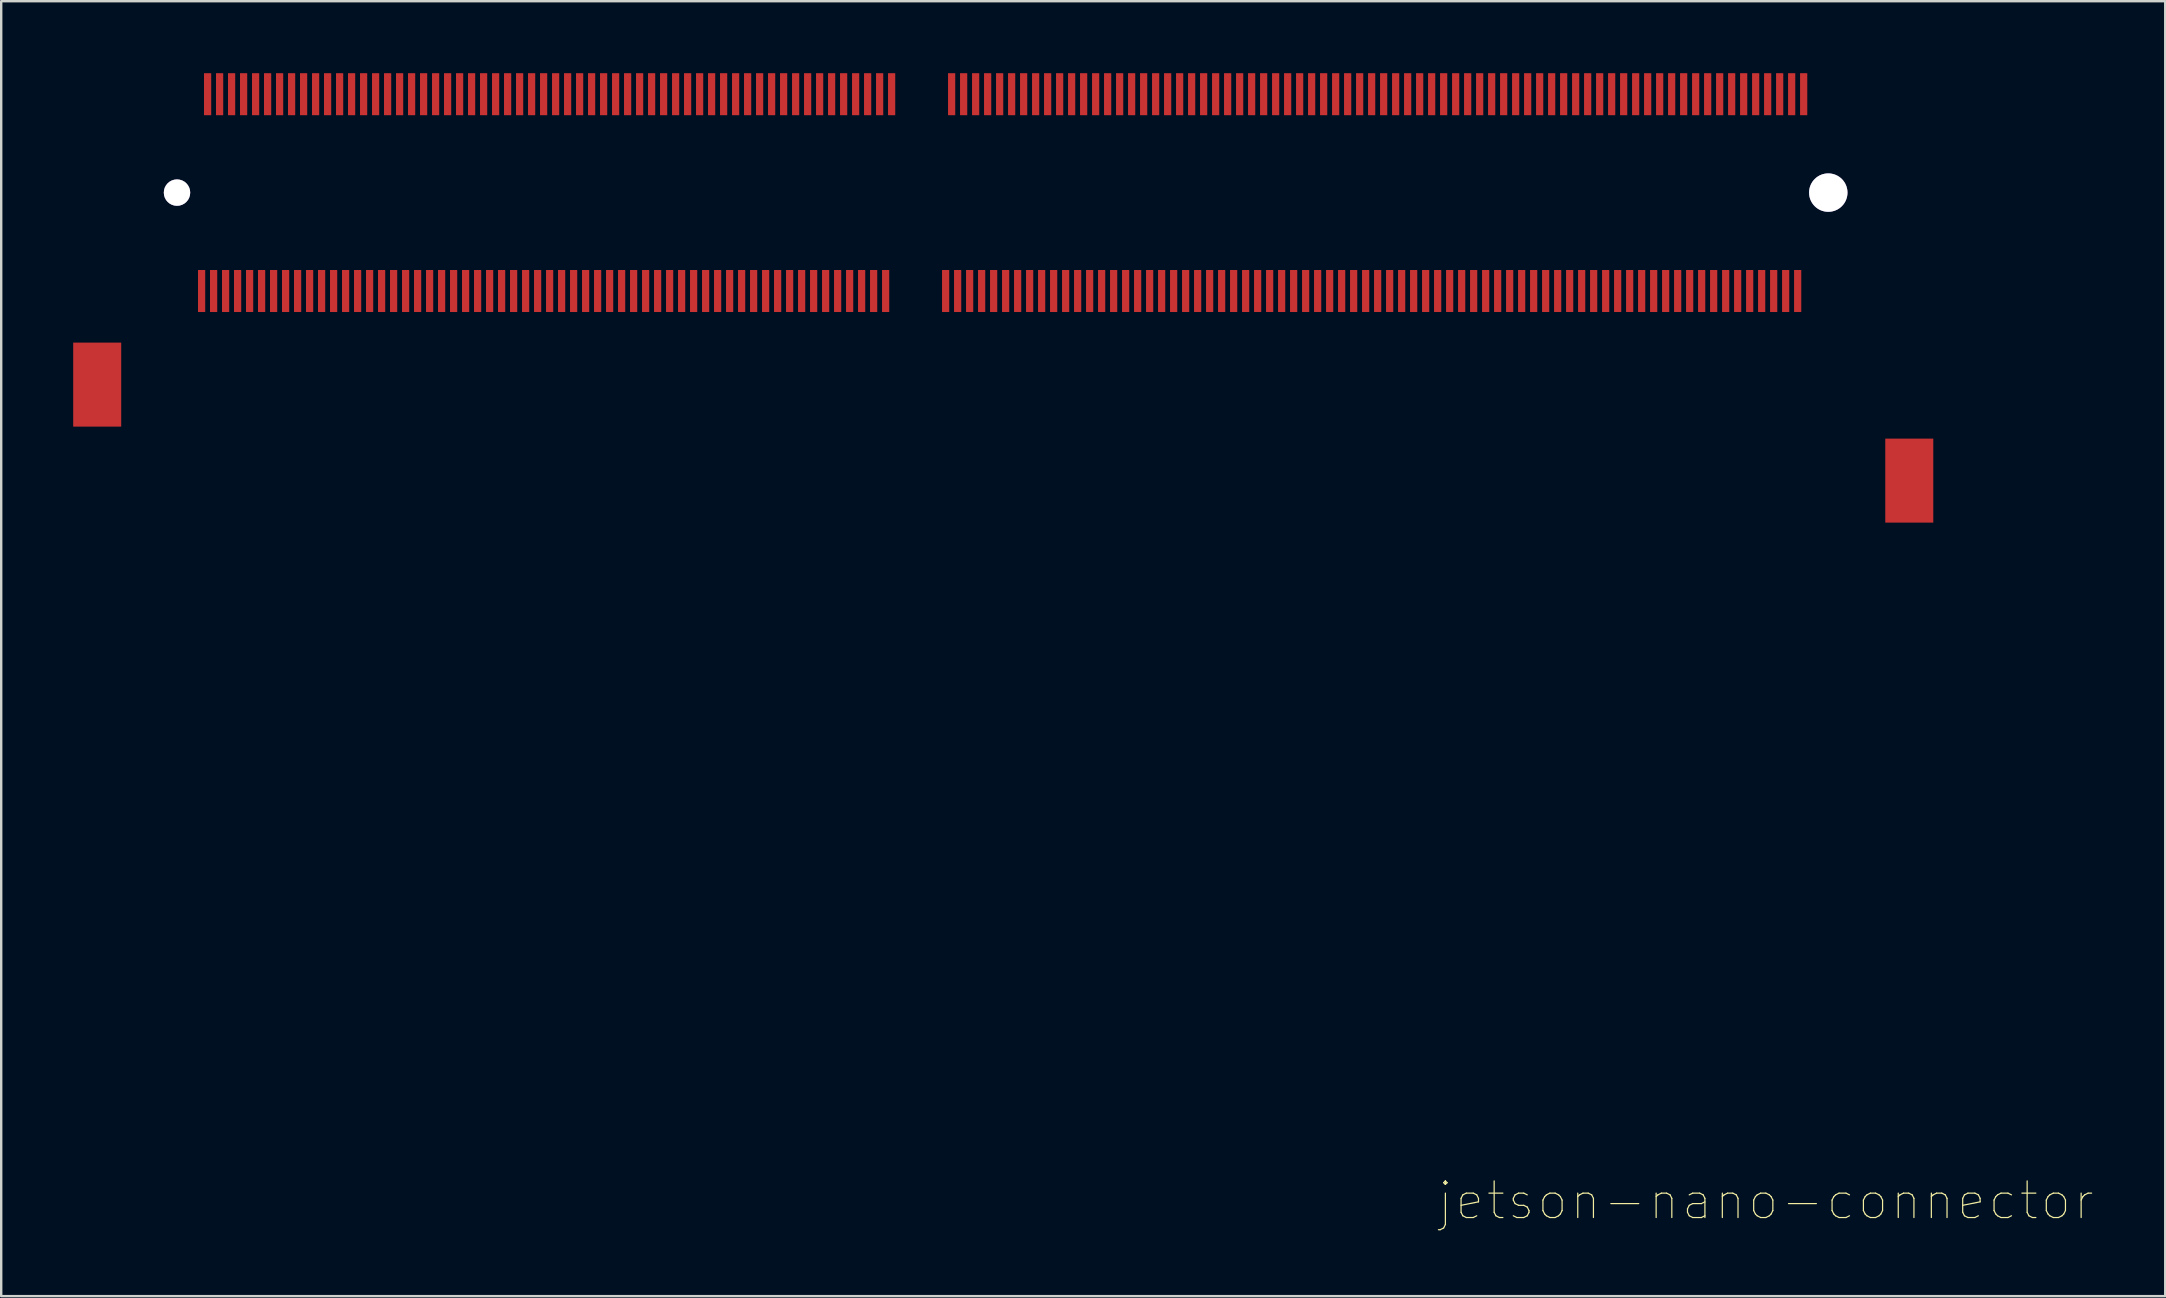
<source format=kicad_pcb>
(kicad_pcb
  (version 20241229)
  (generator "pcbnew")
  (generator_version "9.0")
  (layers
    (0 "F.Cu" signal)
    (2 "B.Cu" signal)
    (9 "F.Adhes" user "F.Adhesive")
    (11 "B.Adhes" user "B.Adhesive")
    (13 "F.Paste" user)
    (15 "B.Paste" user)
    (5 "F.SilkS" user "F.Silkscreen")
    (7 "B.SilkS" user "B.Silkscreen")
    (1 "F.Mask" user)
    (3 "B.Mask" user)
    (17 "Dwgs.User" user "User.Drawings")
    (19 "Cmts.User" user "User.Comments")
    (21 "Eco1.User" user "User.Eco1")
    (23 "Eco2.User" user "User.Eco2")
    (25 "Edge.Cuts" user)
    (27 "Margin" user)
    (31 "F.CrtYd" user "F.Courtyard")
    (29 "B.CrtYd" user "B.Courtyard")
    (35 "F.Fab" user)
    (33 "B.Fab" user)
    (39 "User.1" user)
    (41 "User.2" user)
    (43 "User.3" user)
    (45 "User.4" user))
  (footprint "jetson-nano-connector"
    (layer "F.Cu")
    (at 70.525 46.975)
    (property "Reference" "jetson-nano-connector" (at 0 0 0) (layer "F.SilkS") (effects (font (size 1.524 1.524) (thickness 0.05))))
    (attr smd)
    (pad "" thru_hole circle (at -66.2 -42 180) (size 1.1 1.1) (drill 1.1) (layers "*.Cu" "*.Mask"))
    (pad "1" smd rect (at 1.575 -46.1 180) (size 0.3 1.75) (layers "F.Cu" "F.Mask" "F.Paste"))
    (pad "2" smd rect (at 1.325 -37.9 180) (size 0.3 1.75) (layers "F.Cu" "F.Mask" "F.Paste"))
    (pad "3" smd rect (at 1.075 -46.1 180) (size 0.3 1.75) (layers "F.Cu" "F.Mask" "F.Paste"))
    (pad "4" smd rect (at 0.825 -37.9 180) (size 0.3 1.75) (layers "F.Cu" "F.Mask" "F.Paste"))
    (pad "5" smd rect (at 0.575 -46.1 180) (size 0.3 1.75) (layers "F.Cu" "F.Mask" "F.Paste"))
    (pad "6" smd rect (at 0.325 -37.9 180) (size 0.3 1.75) (layers "F.Cu" "F.Mask" "F.Paste"))
    (pad "7" smd rect (at 0.075 -46.1 180) (size 0.3 1.75) (layers "F.Cu" "F.Mask" "F.Paste"))
    (pad "8" smd rect (at -0.175 -37.9 180) (size 0.3 1.75) (layers "F.Cu" "F.Mask" "F.Paste"))
    (pad "9" smd rect (at -0.425 -46.1 180) (size 0.3 1.75) (layers "F.Cu" "F.Mask" "F.Paste"))
    (pad "10" smd rect (at -0.675 -37.9 180) (size 0.3 1.75) (layers "F.Cu" "F.Mask" "F.Paste"))
    (pad "11" smd rect (at -0.925 -46.1 180) (size 0.3 1.75) (layers "F.Cu" "F.Mask" "F.Paste"))
    (pad "12" smd rect (at -1.175 -37.9 180) (size 0.3 1.75) (layers "F.Cu" "F.Mask" "F.Paste"))
    (pad "13" smd rect (at -1.425 -46.1 180) (size 0.3 1.75) (layers "F.Cu" "F.Mask" "F.Paste"))
    (pad "14" smd rect (at -1.675 -37.9 180) (size 0.3 1.75) (layers "F.Cu" "F.Mask" "F.Paste"))
    (pad "15" smd rect (at -1.925 -46.1 180) (size 0.3 1.75) (layers "F.Cu" "F.Mask" "F.Paste"))
    (pad "16" smd rect (at -2.175 -37.9 180) (size 0.3 1.75) (layers "F.Cu" "F.Mask" "F.Paste"))
    (pad "17" smd rect (at -2.425 -46.1 180) (size 0.3 1.75) (layers "F.Cu" "F.Mask" "F.Paste"))
    (pad "18" smd rect (at -2.675 -37.9 180) (size 0.3 1.75) (layers "F.Cu" "F.Mask" "F.Paste"))
    (pad "19" smd rect (at -2.925 -46.1 180) (size 0.3 1.75) (layers "F.Cu" "F.Mask" "F.Paste"))
    (pad "20" smd rect (at -3.175 -37.9 180) (size 0.3 1.75) (layers "F.Cu" "F.Mask" "F.Paste"))
    (pad "21" smd rect (at -3.425 -46.1 180) (size 0.3 1.75) (layers "F.Cu" "F.Mask" "F.Paste"))
    (pad "22" smd rect (at -3.675 -37.9 180) (size 0.3 1.75) (layers "F.Cu" "F.Mask" "F.Paste"))
    (pad "23" smd rect (at -3.925 -46.1 180) (size 0.3 1.75) (layers "F.Cu" "F.Mask" "F.Paste"))
    (pad "24" smd rect (at -4.175 -37.9 180) (size 0.3 1.75) (layers "F.Cu" "F.Mask" "F.Paste"))
    (pad "25" smd rect (at -4.425 -46.1 180) (size 0.3 1.75) (layers "F.Cu" "F.Mask" "F.Paste"))
    (pad "26" smd rect (at -4.675 -37.9 180) (size 0.3 1.75) (layers "F.Cu" "F.Mask" "F.Paste"))
    (pad "27" smd rect (at -4.925 -46.1 180) (size 0.3 1.75) (layers "F.Cu" "F.Mask" "F.Paste"))
    (pad "28" smd rect (at -5.175 -37.9 180) (size 0.3 1.75) (layers "F.Cu" "F.Mask" "F.Paste"))
    (pad "29" smd rect (at -5.425 -46.1 180) (size 0.3 1.75) (layers "F.Cu" "F.Mask" "F.Paste"))
    (pad "30" smd rect (at -5.675 -37.9 180) (size 0.3 1.75) (layers "F.Cu" "F.Mask" "F.Paste"))
    (pad "31" smd rect (at -5.925 -46.1 180) (size 0.3 1.75) (layers "F.Cu" "F.Mask" "F.Paste"))
    (pad "32" smd rect (at -6.175 -37.9 180) (size 0.3 1.75) (layers "F.Cu" "F.Mask" "F.Paste"))
    (pad "33" smd rect (at -6.425 -46.1 180) (size 0.3 1.75) (layers "F.Cu" "F.Mask" "F.Paste"))
    (pad "34" smd rect (at -6.675 -37.9 180) (size 0.3 1.75) (layers "F.Cu" "F.Mask" "F.Paste"))
    (pad "35" smd rect (at -6.925 -46.1 180) (size 0.3 1.75) (layers "F.Cu" "F.Mask" "F.Paste"))
    (pad "36" smd rect (at -7.175 -37.9 180) (size 0.3 1.75) (layers "F.Cu" "F.Mask" "F.Paste"))
    (pad "37" smd rect (at -7.425 -46.1 180) (size 0.3 1.75) (layers "F.Cu" "F.Mask" "F.Paste"))
    (pad "38" smd rect (at -7.675 -37.9 180) (size 0.3 1.75) (layers "F.Cu" "F.Mask" "F.Paste"))
    (pad "39" smd rect (at -7.925 -46.1 180) (size 0.3 1.75) (layers "F.Cu" "F.Mask" "F.Paste"))
    (pad "40" smd rect (at -8.175 -37.9 180) (size 0.3 1.75) (layers "F.Cu" "F.Mask" "F.Paste"))
    (pad "41" smd rect (at -8.425 -46.1 180) (size 0.3 1.75) (layers "F.Cu" "F.Mask" "F.Paste"))
    (pad "42" smd rect (at -8.675 -37.9 180) (size 0.3 1.75) (layers "F.Cu" "F.Mask" "F.Paste"))
    (pad "43" smd rect (at -8.925 -46.1 180) (size 0.3 1.75) (layers "F.Cu" "F.Mask" "F.Paste"))
    (pad "44" smd rect (at -9.175 -37.9 180) (size 0.3 1.75) (layers "F.Cu" "F.Mask" "F.Paste"))
    (pad "45" smd rect (at -9.425 -46.1 180) (size 0.3 1.75) (layers "F.Cu" "F.Mask" "F.Paste"))
    (pad "46" smd rect (at -9.675 -37.9 180) (size 0.3 1.75) (layers "F.Cu" "F.Mask" "F.Paste"))
    (pad "47" smd rect (at -9.925 -46.1 180) (size 0.3 1.75) (layers "F.Cu" "F.Mask" "F.Paste"))
    (pad "48" smd rect (at -10.175 -37.9 180) (size 0.3 1.75) (layers "F.Cu" "F.Mask" "F.Paste"))
    (pad "49" smd rect (at -10.425 -46.1 180) (size 0.3 1.75) (layers "F.Cu" "F.Mask" "F.Paste"))
    (pad "50" smd rect (at -10.675 -37.9 180) (size 0.3 1.75) (layers "F.Cu" "F.Mask" "F.Paste"))
    (pad "51" smd rect (at -10.925 -46.1 180) (size 0.3 1.75) (layers "F.Cu" "F.Mask" "F.Paste"))
    (pad "52" smd rect (at -11.175 -37.9 180) (size 0.3 1.75) (layers "F.Cu" "F.Mask" "F.Paste"))
    (pad "53" smd rect (at -11.425 -46.1 180) (size 0.3 1.75) (layers "F.Cu" "F.Mask" "F.Paste"))
    (pad "54" smd rect (at -11.675 -37.9 180) (size 0.3 1.75) (layers "F.Cu" "F.Mask" "F.Paste"))
    (pad "55" smd rect (at -11.925 -46.1 180) (size 0.3 1.75) (layers "F.Cu" "F.Mask" "F.Paste"))
    (pad "56" smd rect (at -12.175 -37.9 180) (size 0.3 1.75) (layers "F.Cu" "F.Mask" "F.Paste"))
    (pad "57" smd rect (at -12.425 -46.1 180) (size 0.3 1.75) (layers "F.Cu" "F.Mask" "F.Paste"))
    (pad "58" smd rect (at -12.675 -37.9 180) (size 0.3 1.75) (layers "F.Cu" "F.Mask" "F.Paste"))
    (pad "59" smd rect (at -12.925 -46.1 180) (size 0.3 1.75) (layers "F.Cu" "F.Mask" "F.Paste"))
    (pad "60" smd rect (at -13.175 -37.9 180) (size 0.3 1.75) (layers "F.Cu" "F.Mask" "F.Paste"))
    (pad "61" smd rect (at -13.425 -46.1 180) (size 0.3 1.75) (layers "F.Cu" "F.Mask" "F.Paste"))
    (pad "62" smd rect (at -13.675 -37.9 180) (size 0.3 1.75) (layers "F.Cu" "F.Mask" "F.Paste"))
    (pad "63" smd rect (at -13.925 -46.1 180) (size 0.3 1.75) (layers "F.Cu" "F.Mask" "F.Paste"))
    (pad "64" smd rect (at -14.175 -37.9 180) (size 0.3 1.75) (layers "F.Cu" "F.Mask" "F.Paste"))
    (pad "65" smd rect (at -14.425 -46.1 180) (size 0.3 1.75) (layers "F.Cu" "F.Mask" "F.Paste"))
    (pad "66" smd rect (at -14.675 -37.9 180) (size 0.3 1.75) (layers "F.Cu" "F.Mask" "F.Paste"))
    (pad "67" smd rect (at -14.925 -46.1 180) (size 0.3 1.75) (layers "F.Cu" "F.Mask" "F.Paste"))
    (pad "68" smd rect (at -15.175 -37.9 180) (size 0.3 1.75) (layers "F.Cu" "F.Mask" "F.Paste"))
    (pad "69" smd rect (at -15.425 -46.1 180) (size 0.3 1.75) (layers "F.Cu" "F.Mask" "F.Paste"))
    (pad "70" smd rect (at -15.675 -37.9 180) (size 0.3 1.75) (layers "F.Cu" "F.Mask" "F.Paste"))
    (pad "71" smd rect (at -15.925 -46.1 180) (size 0.3 1.75) (layers "F.Cu" "F.Mask" "F.Paste"))
    (pad "72" smd rect (at -16.175 -37.9 180) (size 0.3 1.75) (layers "F.Cu" "F.Mask" "F.Paste"))
    (pad "73" smd rect (at -16.425 -46.1 180) (size 0.3 1.75) (layers "F.Cu" "F.Mask" "F.Paste"))
    (pad "74" smd rect (at -16.675 -37.9 180) (size 0.3 1.75) (layers "F.Cu" "F.Mask" "F.Paste"))
    (pad "75" smd rect (at -16.925 -46.1 180) (size 0.3 1.75) (layers "F.Cu" "F.Mask" "F.Paste"))
    (pad "76" smd rect (at -17.175 -37.9 180) (size 0.3 1.75) (layers "F.Cu" "F.Mask" "F.Paste"))
    (pad "77" smd rect (at -17.425 -46.1 180) (size 0.3 1.75) (layers "F.Cu" "F.Mask" "F.Paste"))
    (pad "78" smd rect (at -17.675 -37.9 180) (size 0.3 1.75) (layers "F.Cu" "F.Mask" "F.Paste"))
    (pad "79" smd rect (at -17.925 -46.1 180) (size 0.3 1.75) (layers "F.Cu" "F.Mask" "F.Paste"))
    (pad "80" smd rect (at -18.175 -37.9 180) (size 0.3 1.75) (layers "F.Cu" "F.Mask" "F.Paste"))
    (pad "81" smd rect (at -18.425 -46.1 180) (size 0.3 1.75) (layers "F.Cu" "F.Mask" "F.Paste"))
    (pad "82" smd rect (at -18.675 -37.9 180) (size 0.3 1.75) (layers "F.Cu" "F.Mask" "F.Paste"))
    (pad "83" smd rect (at -18.925 -46.1 180) (size 0.3 1.75) (layers "F.Cu" "F.Mask" "F.Paste"))
    (pad "84" smd rect (at -19.175 -37.9 180) (size 0.3 1.75) (layers "F.Cu" "F.Mask" "F.Paste"))
    (pad "85" smd rect (at -19.425 -46.1 180) (size 0.3 1.75) (layers "F.Cu" "F.Mask" "F.Paste"))
    (pad "86" smd rect (at -19.675 -37.9 180) (size 0.3 1.75) (layers "F.Cu" "F.Mask" "F.Paste"))
    (pad "87" smd rect (at -19.925 -46.1 180) (size 0.3 1.75) (layers "F.Cu" "F.Mask" "F.Paste"))
    (pad "88" smd rect (at -20.175 -37.9 180) (size 0.3 1.75) (layers "F.Cu" "F.Mask" "F.Paste"))
    (pad "89" smd rect (at -20.425 -46.1 180) (size 0.3 1.75) (layers "F.Cu" "F.Mask" "F.Paste"))
    (pad "90" smd rect (at -20.675 -37.9 180) (size 0.3 1.75) (layers "F.Cu" "F.Mask" "F.Paste"))
    (pad "91" smd rect (at -20.925 -46.1 180) (size 0.3 1.75) (layers "F.Cu" "F.Mask" "F.Paste"))
    (pad "92" smd rect (at -21.175 -37.9 180) (size 0.3 1.75) (layers "F.Cu" "F.Mask" "F.Paste"))
    (pad "93" smd rect (at -21.425 -46.1 180) (size 0.3 1.75) (layers "F.Cu" "F.Mask" "F.Paste"))
    (pad "94" smd rect (at -21.675 -37.9 180) (size 0.3 1.75) (layers "F.Cu" "F.Mask" "F.Paste"))
    (pad "95" smd rect (at -21.925 -46.1 180) (size 0.3 1.75) (layers "F.Cu" "F.Mask" "F.Paste"))
    (pad "96" smd rect (at -22.175 -37.9 180) (size 0.3 1.75) (layers "F.Cu" "F.Mask" "F.Paste"))
    (pad "97" smd rect (at -22.425 -46.1 180) (size 0.3 1.75) (layers "F.Cu" "F.Mask" "F.Paste"))
    (pad "98" smd rect (at -22.675 -37.9 180) (size 0.3 1.75) (layers "F.Cu" "F.Mask" "F.Paste"))
    (pad "99" smd rect (at -22.925 -46.1 180) (size 0.3 1.75) (layers "F.Cu" "F.Mask" "F.Paste"))
    (pad "100" smd rect (at -23.175 -37.9 180) (size 0.3 1.75) (layers "F.Cu" "F.Mask" "F.Paste"))
    (pad "101" smd rect (at -23.425 -46.1 180) (size 0.3 1.75) (layers "F.Cu" "F.Mask" "F.Paste"))
    (pad "102" smd rect (at -23.675 -37.9 180) (size 0.3 1.75) (layers "F.Cu" "F.Mask" "F.Paste"))
    (pad "103" smd rect (at -23.925 -46.1 180) (size 0.3 1.75) (layers "F.Cu" "F.Mask" "F.Paste"))
    (pad "104" smd rect (at -24.175 -37.9 180) (size 0.3 1.75) (layers "F.Cu" "F.Mask" "F.Paste"))
    (pad "105" smd rect (at -24.425 -46.1 180) (size 0.3 1.75) (layers "F.Cu" "F.Mask" "F.Paste"))
    (pad "106" smd rect (at -24.675 -37.9 180) (size 0.3 1.75) (layers "F.Cu" "F.Mask" "F.Paste"))
    (pad "107" smd rect (at -24.925 -46.1 180) (size 0.3 1.75) (layers "F.Cu" "F.Mask" "F.Paste"))
    (pad "108" smd rect (at -25.175 -37.9 180) (size 0.3 1.75) (layers "F.Cu" "F.Mask" "F.Paste"))
    (pad "109" smd rect (at -25.425 -46.1 180) (size 0.3 1.75) (layers "F.Cu" "F.Mask" "F.Paste"))
    (pad "110" smd rect (at -25.675 -37.9 180) (size 0.3 1.75) (layers "F.Cu" "F.Mask" "F.Paste"))
    (pad "111" smd rect (at -25.925 -46.1 180) (size 0.3 1.75) (layers "F.Cu" "F.Mask" "F.Paste"))
    (pad "112" smd rect (at -26.175 -37.9 180) (size 0.3 1.75) (layers "F.Cu" "F.Mask" "F.Paste"))
    (pad "113" smd rect (at -26.425 -46.1 180) (size 0.3 1.75) (layers "F.Cu" "F.Mask" "F.Paste"))
    (pad "114" smd rect (at -26.675 -37.9 180) (size 0.3 1.75) (layers "F.Cu" "F.Mask" "F.Paste"))
    (pad "115" smd rect (at -26.925 -46.1 180) (size 0.3 1.75) (layers "F.Cu" "F.Mask" "F.Paste"))
    (pad "116" smd rect (at -27.175 -37.9 180) (size 0.3 1.75) (layers "F.Cu" "F.Mask" "F.Paste"))
    (pad "117" smd rect (at -27.425 -46.1 180) (size 0.3 1.75) (layers "F.Cu" "F.Mask" "F.Paste"))
    (pad "118" smd rect (at -27.675 -37.9 180) (size 0.3 1.75) (layers "F.Cu" "F.Mask" "F.Paste"))
    (pad "119" smd rect (at -27.925 -46.1 180) (size 0.3 1.75) (layers "F.Cu" "F.Mask" "F.Paste"))
    (pad "120" smd rect (at -28.175 -37.9 180) (size 0.3 1.75) (layers "F.Cu" "F.Mask" "F.Paste"))
    (pad "121" smd rect (at -28.425 -46.1 180) (size 0.3 1.75) (layers "F.Cu" "F.Mask" "F.Paste"))
    (pad "122" smd rect (at -28.675 -37.9 180) (size 0.3 1.75) (layers "F.Cu" "F.Mask" "F.Paste"))
    (pad "123" smd rect (at -28.925 -46.1 180) (size 0.3 1.75) (layers "F.Cu" "F.Mask" "F.Paste"))
    (pad "124" smd rect (at -29.175 -37.9 180) (size 0.3 1.75) (layers "F.Cu" "F.Mask" "F.Paste"))
    (pad "125" smd rect (at -29.425 -46.1 180) (size 0.3 1.75) (layers "F.Cu" "F.Mask" "F.Paste"))
    (pad "126" smd rect (at -29.675 -37.9 180) (size 0.3 1.75) (layers "F.Cu" "F.Mask" "F.Paste"))
    (pad "127" smd rect (at -29.925 -46.1 180) (size 0.3 1.75) (layers "F.Cu" "F.Mask" "F.Paste"))
    (pad "128" smd rect (at -30.175 -37.9 180) (size 0.3 1.75) (layers "F.Cu" "F.Mask" "F.Paste"))
    (pad "129" smd rect (at -30.425 -46.1 180) (size 0.3 1.75) (layers "F.Cu" "F.Mask" "F.Paste"))
    (pad "130" smd rect (at -30.675 -37.9 180) (size 0.3 1.75) (layers "F.Cu" "F.Mask" "F.Paste"))
    (pad "131" smd rect (at -30.925 -46.1 180) (size 0.3 1.75) (layers "F.Cu" "F.Mask" "F.Paste"))
    (pad "132" smd rect (at -31.175 -37.9 180) (size 0.3 1.75) (layers "F.Cu" "F.Mask" "F.Paste"))
    (pad "133" smd rect (at -31.425 -46.1 180) (size 0.3 1.75) (layers "F.Cu" "F.Mask" "F.Paste"))
    (pad "134" smd rect (at -31.675 -37.9 180) (size 0.3 1.75) (layers "F.Cu" "F.Mask" "F.Paste"))
    (pad "135" smd rect (at -31.925 -46.1 180) (size 0.3 1.75) (layers "F.Cu" "F.Mask" "F.Paste"))
    (pad "136" smd rect (at -32.175 -37.9 180) (size 0.3 1.75) (layers "F.Cu" "F.Mask" "F.Paste"))
    (pad "137" smd rect (at -32.425 -46.1 180) (size 0.3 1.75) (layers "F.Cu" "F.Mask" "F.Paste"))
    (pad "138" smd rect (at -32.675 -37.9 180) (size 0.3 1.75) (layers "F.Cu" "F.Mask" "F.Paste"))
    (pad "139" smd rect (at -32.925 -46.1 180) (size 0.3 1.75) (layers "F.Cu" "F.Mask" "F.Paste"))
    (pad "140" smd rect (at -33.175 -37.9 180) (size 0.3 1.75) (layers "F.Cu" "F.Mask" "F.Paste"))
    (pad "141" smd rect (at -33.425 -46.1 180) (size 0.3 1.75) (layers "F.Cu" "F.Mask" "F.Paste"))
    (pad "142" smd rect (at -33.675 -37.9 180) (size 0.3 1.75) (layers "F.Cu" "F.Mask" "F.Paste"))
    (pad "143" smd rect (at -33.925 -46.1 180) (size 0.3 1.75) (layers "F.Cu" "F.Mask" "F.Paste"))
    (pad "144" smd rect (at -34.175 -37.9 180) (size 0.3 1.75) (layers "F.Cu" "F.Mask" "F.Paste"))
    (pad "145" smd rect (at -36.425 -46.1 180) (size 0.3 1.75) (layers "F.Cu" "F.Mask" "F.Paste"))
    (pad "146" smd rect (at -36.675 -37.9 180) (size 0.3 1.75) (layers "F.Cu" "F.Mask" "F.Paste"))
    (pad "147" smd rect (at -36.925 -46.1 180) (size 0.3 1.75) (layers "F.Cu" "F.Mask" "F.Paste"))
    (pad "148" smd rect (at -37.175 -37.9 180) (size 0.3 1.75) (layers "F.Cu" "F.Mask" "F.Paste"))
    (pad "149" smd rect (at -37.425 -46.1 180) (size 0.3 1.75) (layers "F.Cu" "F.Mask" "F.Paste"))
    (pad "150" smd rect (at -37.675 -37.9 180) (size 0.3 1.75) (layers "F.Cu" "F.Mask" "F.Paste"))
    (pad "151" smd rect (at -37.925 -46.1 180) (size 0.3 1.75) (layers "F.Cu" "F.Mask" "F.Paste"))
    (pad "152" smd rect (at -38.175 -37.9 180) (size 0.3 1.75) (layers "F.Cu" "F.Mask" "F.Paste"))
    (pad "153" smd rect (at -38.425 -46.1 180) (size 0.3 1.75) (layers "F.Cu" "F.Mask" "F.Paste"))
    (pad "154" smd rect (at -38.675 -37.9 180) (size 0.3 1.75) (layers "F.Cu" "F.Mask" "F.Paste"))
    (pad "155" smd rect (at -38.925 -46.1 180) (size 0.3 1.75) (layers "F.Cu" "F.Mask" "F.Paste"))
    (pad "156" smd rect (at -39.175 -37.9 180) (size 0.3 1.75) (layers "F.Cu" "F.Mask" "F.Paste"))
    (pad "157" smd rect (at -39.425 -46.1 180) (size 0.3 1.75) (layers "F.Cu" "F.Mask" "F.Paste"))
    (pad "158" smd rect (at -39.675 -37.9 180) (size 0.3 1.75) (layers "F.Cu" "F.Mask" "F.Paste"))
    (pad "159" smd rect (at -39.925 -46.1 180) (size 0.3 1.75) (layers "F.Cu" "F.Mask" "F.Paste"))
    (pad "160" smd rect (at -40.175 -37.9 180) (size 0.3 1.75) (layers "F.Cu" "F.Mask" "F.Paste"))
    (pad "161" smd rect (at -40.425 -46.1 180) (size 0.3 1.75) (layers "F.Cu" "F.Mask" "F.Paste"))
    (pad "162" smd rect (at -40.675 -37.9 180) (size 0.3 1.75) (layers "F.Cu" "F.Mask" "F.Paste"))
    (pad "163" smd rect (at -40.925 -46.1 180) (size 0.3 1.75) (layers "F.Cu" "F.Mask" "F.Paste"))
    (pad "164" smd rect (at -41.175 -37.9 180) (size 0.3 1.75) (layers "F.Cu" "F.Mask" "F.Paste"))
    (pad "165" smd rect (at -41.425 -46.1 180) (size 0.3 1.75) (layers "F.Cu" "F.Mask" "F.Paste"))
    (pad "166" smd rect (at -41.675 -37.9 180) (size 0.3 1.75) (layers "F.Cu" "F.Mask" "F.Paste"))
    (pad "167" smd rect (at -41.925 -46.1 180) (size 0.3 1.75) (layers "F.Cu" "F.Mask" "F.Paste"))
    (pad "168" smd rect (at -42.175 -37.9 180) (size 0.3 1.75) (layers "F.Cu" "F.Mask" "F.Paste"))
    (pad "169" smd rect (at -42.425 -46.1 180) (size 0.3 1.75) (layers "F.Cu" "F.Mask" "F.Paste"))
    (pad "170" smd rect (at -42.675 -37.9 180) (size 0.3 1.75) (layers "F.Cu" "F.Mask" "F.Paste"))
    (pad "171" smd rect (at -42.925 -46.1 180) (size 0.3 1.75) (layers "F.Cu" "F.Mask" "F.Paste"))
    (pad "172" smd rect (at -43.175 -37.9 180) (size 0.3 1.75) (layers "F.Cu" "F.Mask" "F.Paste"))
    (pad "173" smd rect (at -43.425 -46.1 180) (size 0.3 1.75) (layers "F.Cu" "F.Mask" "F.Paste"))
    (pad "174" smd rect (at -43.675 -37.9 180) (size 0.3 1.75) (layers "F.Cu" "F.Mask" "F.Paste"))
    (pad "175" smd rect (at -43.925 -46.1 180) (size 0.3 1.75) (layers "F.Cu" "F.Mask" "F.Paste"))
    (pad "176" smd rect (at -44.175 -37.9 180) (size 0.3 1.75) (layers "F.Cu" "F.Mask" "F.Paste"))
    (pad "177" smd rect (at -44.425 -46.1 180) (size 0.3 1.75) (layers "F.Cu" "F.Mask" "F.Paste"))
    (pad "178" smd rect (at -44.675 -37.9 180) (size 0.3 1.75) (layers "F.Cu" "F.Mask" "F.Paste"))
    (pad "179" smd rect (at -44.925 -46.1 180) (size 0.3 1.75) (layers "F.Cu" "F.Mask" "F.Paste"))
    (pad "180" smd rect (at -45.175 -37.9 180) (size 0.3 1.75) (layers "F.Cu" "F.Mask" "F.Paste"))
    (pad "181" smd rect (at -45.425 -46.1 180) (size 0.3 1.75) (layers "F.Cu" "F.Mask" "F.Paste"))
    (pad "182" smd rect (at -45.675 -37.9 180) (size 0.3 1.75) (layers "F.Cu" "F.Mask" "F.Paste"))
    (pad "183" smd rect (at -45.925 -46.1 180) (size 0.3 1.75) (layers "F.Cu" "F.Mask" "F.Paste"))
    (pad "184" smd rect (at -46.175 -37.9 180) (size 0.3 1.75) (layers "F.Cu" "F.Mask" "F.Paste"))
    (pad "185" smd rect (at -46.425 -46.1 180) (size 0.3 1.75) (layers "F.Cu" "F.Mask" "F.Paste"))
    (pad "186" smd rect (at -46.675 -37.9 180) (size 0.3 1.75) (layers "F.Cu" "F.Mask" "F.Paste"))
    (pad "187" smd rect (at -46.925 -46.1 180) (size 0.3 1.75) (layers "F.Cu" "F.Mask" "F.Paste"))
    (pad "188" smd rect (at -47.175 -37.9 180) (size 0.3 1.75) (layers "F.Cu" "F.Mask" "F.Paste"))
    (pad "189" smd rect (at -47.425 -46.1 180) (size 0.3 1.75) (layers "F.Cu" "F.Mask" "F.Paste"))
    (pad "190" smd rect (at -47.675 -37.9 180) (size 0.3 1.75) (layers "F.Cu" "F.Mask" "F.Paste"))
    (pad "191" smd rect (at -47.925 -46.1 180) (size 0.3 1.75) (layers "F.Cu" "F.Mask" "F.Paste"))
    (pad "192" smd rect (at -48.175 -37.9 180) (size 0.3 1.75) (layers "F.Cu" "F.Mask" "F.Paste"))
    (pad "193" smd rect (at -48.425 -46.1 180) (size 0.3 1.75) (layers "F.Cu" "F.Mask" "F.Paste"))
    (pad "194" smd rect (at -48.675 -37.9 180) (size 0.3 1.75) (layers "F.Cu" "F.Mask" "F.Paste"))
    (pad "195" smd rect (at -48.925 -46.1 180) (size 0.3 1.75) (layers "F.Cu" "F.Mask" "F.Paste"))
    (pad "196" smd rect (at -49.175 -37.9 180) (size 0.3 1.75) (layers "F.Cu" "F.Mask" "F.Paste"))
    (pad "197" smd rect (at -49.425 -46.1 180) (size 0.3 1.75) (layers "F.Cu" "F.Mask" "F.Paste"))
    (pad "198" smd rect (at -49.675 -37.9 180) (size 0.3 1.75) (layers "F.Cu" "F.Mask" "F.Paste"))
    (pad "199" smd rect (at -49.925 -46.1 180) (size 0.3 1.75) (layers "F.Cu" "F.Mask" "F.Paste"))
    (pad "200" smd rect (at -50.175 -37.9 180) (size 0.3 1.75) (layers "F.Cu" "F.Mask" "F.Paste"))
    (pad "201" smd rect (at -50.425 -46.1 180) (size 0.3 1.75) (layers "F.Cu" "F.Mask" "F.Paste"))
    (pad "202" smd rect (at -50.675 -37.9 180) (size 0.3 1.75) (layers "F.Cu" "F.Mask" "F.Paste"))
    (pad "203" smd rect (at -50.925 -46.1 180) (size 0.3 1.75) (layers "F.Cu" "F.Mask" "F.Paste"))
    (pad "204" smd rect (at -51.175 -37.9 180) (size 0.3 1.75) (layers "F.Cu" "F.Mask" "F.Paste"))
    (pad "205" smd rect (at -51.425 -46.1 180) (size 0.3 1.75) (layers "F.Cu" "F.Mask" "F.Paste"))
    (pad "206" smd rect (at -51.675 -37.9 180) (size 0.3 1.75) (layers "F.Cu" "F.Mask" "F.Paste"))
    (pad "207" smd rect (at -51.925 -46.1 180) (size 0.3 1.75) (layers "F.Cu" "F.Mask" "F.Paste"))
    (pad "208" smd rect (at -52.175 -37.9 180) (size 0.3 1.75) (layers "F.Cu" "F.Mask" "F.Paste"))
    (pad "209" smd rect (at -52.425 -46.1 180) (size 0.3 1.75) (layers "F.Cu" "F.Mask" "F.Paste"))
    (pad "210" smd rect (at -52.675 -37.9 180) (size 0.3 1.75) (layers "F.Cu" "F.Mask" "F.Paste"))
    (pad "211" smd rect (at -52.925 -46.1 180) (size 0.3 1.75) (layers "F.Cu" "F.Mask" "F.Paste"))
    (pad "212" smd rect (at -53.175 -37.9 180) (size 0.3 1.75) (layers "F.Cu" "F.Mask" "F.Paste"))
    (pad "213" smd rect (at -53.425 -46.1 180) (size 0.3 1.75) (layers "F.Cu" "F.Mask" "F.Paste"))
    (pad "214" smd rect (at -53.675 -37.9 180) (size 0.3 1.75) (layers "F.Cu" "F.Mask" "F.Paste"))
    (pad "215" smd rect (at -53.925 -46.1 180) (size 0.3 1.75) (layers "F.Cu" "F.Mask" "F.Paste"))
    (pad "216" smd rect (at -54.175 -37.9 180) (size 0.3 1.75) (layers "F.Cu" "F.Mask" "F.Paste"))
    (pad "217" smd rect (at -54.425 -46.1 180) (size 0.3 1.75) (layers "F.Cu" "F.Mask" "F.Paste"))
    (pad "218" smd rect (at -54.675 -37.9 180) (size 0.3 1.75) (layers "F.Cu" "F.Mask" "F.Paste"))
    (pad "219" smd rect (at -54.925 -46.1 180) (size 0.3 1.75) (layers "F.Cu" "F.Mask" "F.Paste"))
    (pad "220" smd rect (at -55.175 -37.9 180) (size 0.3 1.75) (layers "F.Cu" "F.Mask" "F.Paste"))
    (pad "221" smd rect (at -55.425 -46.1 180) (size 0.3 1.75) (layers "F.Cu" "F.Mask" "F.Paste"))
    (pad "222" smd rect (at -55.675 -37.9 180) (size 0.3 1.75) (layers "F.Cu" "F.Mask" "F.Paste"))
    (pad "223" smd rect (at -55.925 -46.1 180) (size 0.3 1.75) (layers "F.Cu" "F.Mask" "F.Paste"))
    (pad "224" smd rect (at -56.175 -37.9 180) (size 0.3 1.75) (layers "F.Cu" "F.Mask" "F.Paste"))
    (pad "225" smd rect (at -56.425 -46.1 180) (size 0.3 1.75) (layers "F.Cu" "F.Mask" "F.Paste"))
    (pad "226" smd rect (at -56.675 -37.9 180) (size 0.3 1.75) (layers "F.Cu" "F.Mask" "F.Paste"))
    (pad "227" smd rect (at -56.925 -46.1 180) (size 0.3 1.75) (layers "F.Cu" "F.Mask" "F.Paste"))
    (pad "228" smd rect (at -57.175 -37.9 180) (size 0.3 1.75) (layers "F.Cu" "F.Mask" "F.Paste"))
    (pad "229" smd rect (at -57.425 -46.1 180) (size 0.3 1.75) (layers "F.Cu" "F.Mask" "F.Paste"))
    (pad "230" smd rect (at -57.675 -37.9 180) (size 0.3 1.75) (layers "F.Cu" "F.Mask" "F.Paste"))
    (pad "231" smd rect (at -57.925 -46.1 180) (size 0.3 1.75) (layers "F.Cu" "F.Mask" "F.Paste"))
    (pad "232" smd rect (at -58.175 -37.9 180) (size 0.3 1.75) (layers "F.Cu" "F.Mask" "F.Paste"))
    (pad "233" smd rect (at -58.425 -46.1 180) (size 0.3 1.75) (layers "F.Cu" "F.Mask" "F.Paste"))
    (pad "234" smd rect (at -58.675 -37.9 180) (size 0.3 1.75) (layers "F.Cu" "F.Mask" "F.Paste"))
    (pad "235" smd rect (at -58.925 -46.1 180) (size 0.3 1.75) (layers "F.Cu" "F.Mask" "F.Paste"))
    (pad "236" smd rect (at -59.175 -37.9 180) (size 0.3 1.75) (layers "F.Cu" "F.Mask" "F.Paste"))
    (pad "237" smd rect (at -59.425 -46.1 180) (size 0.3 1.75) (layers "F.Cu" "F.Mask" "F.Paste"))
    (pad "238" smd rect (at -59.675 -37.9 180) (size 0.3 1.75) (layers "F.Cu" "F.Mask" "F.Paste"))
    (pad "239" smd rect (at -59.925 -46.1 180) (size 0.3 1.75) (layers "F.Cu" "F.Mask" "F.Paste"))
    (pad "240" smd rect (at -60.175 -37.9 180) (size 0.3 1.75) (layers "F.Cu" "F.Mask" "F.Paste"))
    (pad "241" smd rect (at -60.425 -46.1 180) (size 0.3 1.75) (layers "F.Cu" "F.Mask" "F.Paste"))
    (pad "242" smd rect (at -60.675 -37.9 180) (size 0.3 1.75) (layers "F.Cu" "F.Mask" "F.Paste"))
    (pad "243" smd rect (at -60.925 -46.1 180) (size 0.3 1.75) (layers "F.Cu" "F.Mask" "F.Paste"))
    (pad "244" smd rect (at -61.175 -37.9 180) (size 0.3 1.75) (layers "F.Cu" "F.Mask" "F.Paste"))
    (pad "245" smd rect (at -61.425 -46.1 180) (size 0.3 1.75) (layers "F.Cu" "F.Mask" "F.Paste"))
    (pad "246" smd rect (at -61.675 -37.9 180) (size 0.3 1.75) (layers "F.Cu" "F.Mask" "F.Paste"))
    (pad "247" smd rect (at -61.925 -46.1 180) (size 0.3 1.75) (layers "F.Cu" "F.Mask" "F.Paste"))
    (pad "248" smd rect (at -62.175 -37.9 180) (size 0.3 1.75) (layers "F.Cu" "F.Mask" "F.Paste"))
    (pad "249" smd rect (at -62.425 -46.1 180) (size 0.3 1.75) (layers "F.Cu" "F.Mask" "F.Paste"))
    (pad "250" smd rect (at -62.675 -37.9 180) (size 0.3 1.75) (layers "F.Cu" "F.Mask" "F.Paste"))
    (pad "251" smd rect (at -62.925 -46.1 180) (size 0.3 1.75) (layers "F.Cu" "F.Mask" "F.Paste"))
    (pad "252" smd rect (at -63.175 -37.9 180) (size 0.3 1.75) (layers "F.Cu" "F.Mask" "F.Paste"))
    (pad "253" smd rect (at -63.425 -46.1 180) (size 0.3 1.75) (layers "F.Cu" "F.Mask" "F.Paste"))
    (pad "254" smd rect (at -63.675 -37.9 180) (size 0.3 1.75) (layers "F.Cu" "F.Mask" "F.Paste"))
    (pad "255" smd rect (at -63.925 -46.1 180) (size 0.3 1.75) (layers "F.Cu" "F.Mask" "F.Paste"))
    (pad "256" smd rect (at -64.175 -37.9 180) (size 0.3 1.75) (layers "F.Cu" "F.Mask" "F.Paste"))
    (pad "257" smd rect (at -64.425 -46.1 180) (size 0.3 1.75) (layers "F.Cu" "F.Mask" "F.Paste"))
    (pad "258" smd rect (at -64.675 -37.9 180) (size 0.3 1.75) (layers "F.Cu" "F.Mask" "F.Paste"))
    (pad "259" smd rect (at -64.925 -46.1 180) (size 0.3 1.75) (layers "F.Cu" "F.Mask" "F.Paste"))
    (pad "260" smd rect (at -65.175 -37.9 180) (size 0.3 1.75) (layers "F.Cu" "F.Mask" "F.Paste"))
    (pad "261" smd rect (at -69.525 -34 180) (size 2 3.5) (layers "F.Cu" "F.Mask" "F.Paste"))
    (pad "262" smd rect (at 5.975 -30 180) (size 2 3.5) (layers "F.Cu" "F.Mask" "F.Paste"))
    (pad "M" thru_hole circle (at 2.6 -42 180) (size 1.6 1.6) (drill 1.6) (layers "*.Cu" "*.Mask")))
  (gr_rect
    (start -3 -3)
    (end 87.164 50.954)
    (stroke (width 0.1) (type default))
    (fill no)
    (layer "Edge.Cuts")))
</source>
